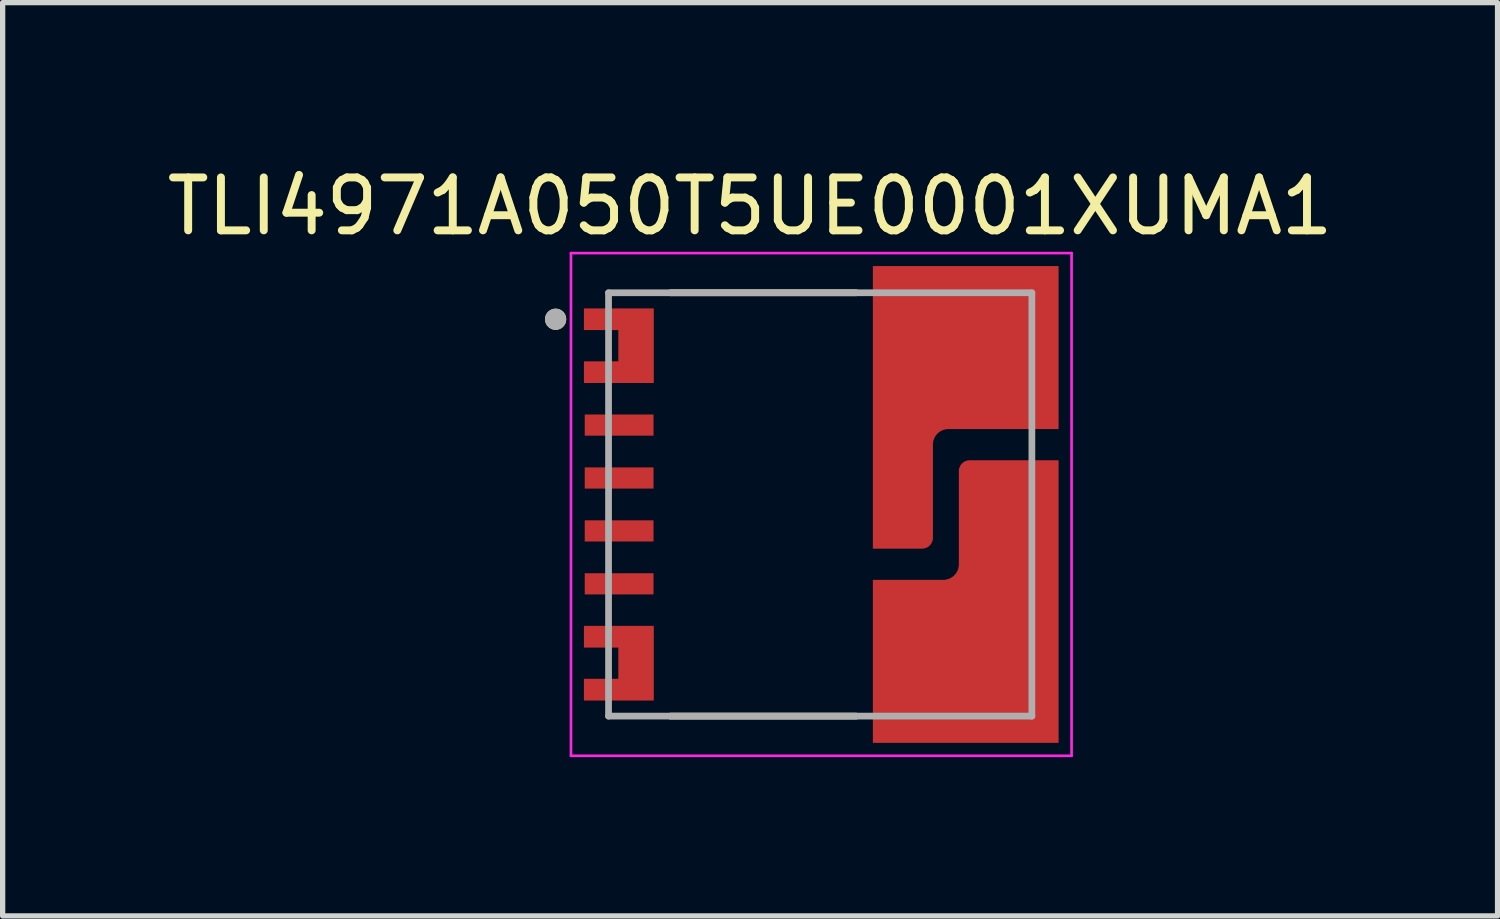
<source format=kicad_pcb>
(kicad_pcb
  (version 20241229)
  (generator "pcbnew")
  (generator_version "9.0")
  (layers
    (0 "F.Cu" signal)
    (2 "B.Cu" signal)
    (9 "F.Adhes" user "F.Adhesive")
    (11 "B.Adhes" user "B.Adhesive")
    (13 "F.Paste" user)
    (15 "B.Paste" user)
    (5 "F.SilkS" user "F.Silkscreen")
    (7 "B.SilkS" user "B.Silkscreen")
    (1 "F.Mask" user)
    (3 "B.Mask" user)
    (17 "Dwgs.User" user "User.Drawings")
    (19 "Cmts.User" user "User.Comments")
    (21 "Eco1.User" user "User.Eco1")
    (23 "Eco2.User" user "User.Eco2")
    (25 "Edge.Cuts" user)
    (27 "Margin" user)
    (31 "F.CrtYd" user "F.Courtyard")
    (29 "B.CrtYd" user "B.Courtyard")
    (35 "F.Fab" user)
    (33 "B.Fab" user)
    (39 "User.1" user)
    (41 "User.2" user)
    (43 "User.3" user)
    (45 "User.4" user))
  (footprint "TLI4971A050T5UE0001XUMA1"
    (layer "F.Cu")
    (at 12.45 6.483)
    (property "Reference" "TLI4971A050T5UE0001XUMA1" (at -1.325 -5.635 0) (layer "F.SilkS") (effects (font (size 1 1) (thickness 0.15))))
    (attr smd)
    (fp_poly (pts (xy -3.05 -3.8) (xy -3.05 -2.2) (xy -4.56 -2.2) (xy -4.56 -2.8) (xy -3.91 -2.8) (xy -3.91 -3.2) (xy -4.56 -3.2) (xy -4.56 -3.8)) (stroke (width 0.01) (type solid)) (fill yes) (layer "F.Mask"))
    (fp_poly (pts (xy -3.05 2.2) (xy -3.05 3.8) (xy -4.56 3.8) (xy -4.56 3.2) (xy -3.91 3.2) (xy -3.91 2.8) (xy -4.56 2.8) (xy -4.56 2.2)) (stroke (width 0.01) (type solid)) (fill yes) (layer "F.Mask"))
    (fp_poly (pts (xy 0.9 -4.6) (xy 0.9 0.93) (xy 1.925 0.93) (xy 1.941 0.93) (xy 1.956 0.928) (xy 1.972 0.926) (xy 1.987 0.923) (xy 2.003 0.92) (xy 2.018 0.915) (xy 2.033 0.91) (xy 2.047 0.904) (xy 2.061 0.897) (xy 2.075 0.89) (xy 2.088 0.882) (xy 2.101 0.873) (xy 2.114 0.863) (xy 2.126 0.853) (xy 2.137 0.842) (xy 2.148 0.831) (xy 2.158 0.819) (xy 2.168 0.806) (xy 2.177 0.793) (xy 2.185 0.78) (xy 2.192 0.766) (xy 2.199 0.752) (xy 2.205 0.738) (xy 2.21 0.723) (xy 2.215 0.708) (xy 2.218 0.692) (xy 2.221 0.677) (xy 2.223 0.661) (xy 2.225 0.646) (xy 2.225 0.63) (xy 2.225 -1.13) (xy 2.225 -1.14) (xy 2.226 -1.151) (xy 2.227 -1.161) (xy 2.229 -1.172) (xy 2.232 -1.182) (xy 2.235 -1.192) (xy 2.238 -1.202) (xy 2.242 -1.211) (xy 2.247 -1.221) (xy 2.252 -1.23) (xy 2.257 -1.239) (xy 2.263 -1.248) (xy 2.27 -1.256) (xy 2.276 -1.264) (xy 2.284 -1.271) (xy 2.291 -1.279) (xy 2.299 -1.285) (xy 2.307 -1.292) (xy 2.316 -1.298) (xy 2.325 -1.303) (xy 2.334 -1.308) (xy 2.344 -1.313) (xy 2.353 -1.317) (xy 2.363 -1.32) (xy 2.373 -1.323) (xy 2.383 -1.326) (xy 2.394 -1.328) (xy 2.404 -1.329) (xy 2.415 -1.33) (xy 2.425 -1.33) (xy 4.6 -1.33) (xy 4.6 -4.6) (xy 0.9 -4.6)) (stroke (width 0.01) (type solid)) (fill yes) (layer "F.Mask"))
    (fp_poly (pts (xy 4.6 4.6) (xy 0.9 4.6) (xy 0.9 1.33) (xy 2.325 1.33) (xy 2.335 1.33) (xy 2.346 1.329) (xy 2.356 1.328) (xy 2.367 1.326) (xy 2.377 1.323) (xy 2.387 1.32) (xy 2.397 1.317) (xy 2.406 1.313) (xy 2.416 1.308) (xy 2.425 1.303) (xy 2.434 1.298) (xy 2.443 1.292) (xy 2.451 1.285) (xy 2.459 1.279) (xy 2.466 1.271) (xy 2.474 1.264) (xy 2.48 1.256) (xy 2.487 1.248) (xy 2.493 1.239) (xy 2.498 1.23) (xy 2.503 1.221) (xy 2.508 1.211) (xy 2.512 1.202) (xy 2.515 1.192) (xy 2.518 1.182) (xy 2.521 1.172) (xy 2.523 1.161) (xy 2.524 1.151) (xy 2.525 1.14) (xy 2.525 1.13) (xy 2.525 -0.63) (xy 2.525 -0.646) (xy 2.527 -0.661) (xy 2.529 -0.677) (xy 2.532 -0.692) (xy 2.535 -0.708) (xy 2.54 -0.723) (xy 2.545 -0.738) (xy 2.551 -0.752) (xy 2.558 -0.766) (xy 2.565 -0.78) (xy 2.573 -0.793) (xy 2.582 -0.806) (xy 2.592 -0.819) (xy 2.602 -0.831) (xy 2.613 -0.842) (xy 2.624 -0.853) (xy 2.636 -0.863) (xy 2.649 -0.873) (xy 2.662 -0.882) (xy 2.675 -0.89) (xy 2.689 -0.897) (xy 2.703 -0.904) (xy 2.717 -0.91) (xy 2.732 -0.915) (xy 2.747 -0.92) (xy 2.763 -0.923) (xy 2.778 -0.926) (xy 2.794 -0.928) (xy 2.809 -0.93) (xy 2.825 -0.93) (xy 4.6 -0.93) (xy 4.6 4.6)) (stroke (width 0.01) (type solid)) (fill yes) (layer "F.Mask"))
    (fp_line (start -2.83 -4) (end 0.68 -4) (stroke (width 0.127) (type solid)) (layer "F.SilkS"))
    (fp_line (start -2.83 4) (end 0.68 4) (stroke (width 0.127) (type solid)) (layer "F.SilkS"))
    (fp_circle (center -5 -3.5) (end -4.9 -3.5) (stroke (width 0.2) (type solid)) (fill no) (layer "F.SilkS"))
    (fp_poly (pts (xy -4.44 -3.65) (xy -3.24 -3.65) (xy -3.24 -3.35) (xy -4.44 -3.35)) (stroke (width 0.01) (type solid)) (fill yes) (layer "F.Paste"))
    (fp_poly (pts (xy -4.44 -2.65) (xy -3.24 -2.65) (xy -3.24 -2.35) (xy -4.44 -2.35)) (stroke (width 0.01) (type solid)) (fill yes) (layer "F.Paste"))
    (fp_poly (pts (xy -4.44 -1.65) (xy -3.24 -1.65) (xy -3.24 -1.35) (xy -4.44 -1.35)) (stroke (width 0.01) (type solid)) (fill yes) (layer "F.Paste"))
    (fp_poly (pts (xy -4.44 -0.65) (xy -3.24 -0.65) (xy -3.24 -0.35) (xy -4.44 -0.35)) (stroke (width 0.01) (type solid)) (fill yes) (layer "F.Paste"))
    (fp_poly (pts (xy -4.44 0.35) (xy -3.24 0.35) (xy -3.24 0.65) (xy -4.44 0.65)) (stroke (width 0.01) (type solid)) (fill yes) (layer "F.Paste"))
    (fp_poly (pts (xy -4.44 1.35) (xy -3.24 1.35) (xy -3.24 1.65) (xy -4.44 1.65)) (stroke (width 0.01) (type solid)) (fill yes) (layer "F.Paste"))
    (fp_poly (pts (xy -4.44 2.35) (xy -3.24 2.35) (xy -3.24 2.65) (xy -4.44 2.65)) (stroke (width 0.01) (type solid)) (fill yes) (layer "F.Paste"))
    (fp_poly (pts (xy -4.44 3.35) (xy -3.24 3.35) (xy -3.24 3.65) (xy -4.44 3.65)) (stroke (width 0.01) (type solid)) (fill yes) (layer "F.Paste"))
    (fp_poly (pts (xy -3.74 -3.2) (xy -3.24 -3.2) (xy -3.24 -2.8) (xy -3.74 -2.8)) (stroke (width 0.01) (type solid)) (fill yes) (layer "F.Paste"))
    (fp_poly (pts (xy -3.74 2.8) (xy -3.24 2.8) (xy -3.24 3.2) (xy -3.74 3.2)) (stroke (width 0.01) (type solid)) (fill yes) (layer "F.Paste"))
    (fp_poly (pts (xy 1.211 -4.25) (xy 1.911 -4.25) (xy 1.911 -3.025) (xy 1.211 -3.025)) (stroke (width 0.01) (type solid)) (fill yes) (layer "F.Paste"))
    (fp_poly (pts (xy 1.211 -2.225) (xy 1.911 -2.225) (xy 1.911 -0.625) (xy 1.211 -0.625)) (stroke (width 0.01) (type solid)) (fill yes) (layer "F.Paste"))
    (fp_poly (pts (xy 1.211 0.175) (xy 1.911 0.175) (xy 1.911 0.63) (xy 1.211 0.63)) (stroke (width 0.01) (type solid)) (fill yes) (layer "F.Paste"))
    (fp_poly (pts (xy 1.211 1.63) (xy 1.911 1.63) (xy 1.911 2.175) (xy 1.211 2.175)) (stroke (width 0.01) (type solid)) (fill yes) (layer "F.Paste"))
    (fp_poly (pts (xy 1.211 2.975) (xy 1.911 2.975) (xy 1.911 4.25) (xy 1.211 4.25)) (stroke (width 0.01) (type solid)) (fill yes) (layer "F.Paste"))
    (fp_poly (pts (xy 2.111 -4.25) (xy 3.061 -4.25) (xy 3.061 -1.63) (xy 2.111 -1.63)) (stroke (width 0.01) (type solid)) (fill yes) (layer "F.Paste"))
    (fp_poly (pts (xy 2.111 1.63) (xy 2.648 1.63) (xy 2.648 4.25) (xy 2.111 4.25)) (stroke (width 0.01) (type solid)) (fill yes) (layer "F.Paste"))
    (fp_poly (pts (xy 2.848 -0.625) (xy 3.711 -0.625) (xy 3.711 -0.125) (xy 2.848 -0.125)) (stroke (width 0.01) (type solid)) (fill yes) (layer "F.Paste"))
    (fp_poly (pts (xy 2.848 0.675) (xy 3.711 0.675) (xy 3.711 2.175) (xy 2.848 2.175)) (stroke (width 0.01) (type solid)) (fill yes) (layer "F.Paste"))
    (fp_poly (pts (xy 2.848 2.975) (xy 3.711 2.975) (xy 3.711 4.25) (xy 2.848 4.25)) (stroke (width 0.01) (type solid)) (fill yes) (layer "F.Paste"))
    (fp_poly (pts (xy 3.261 -4.25) (xy 3.711 -4.25) (xy 3.711 -3.025) (xy 3.261 -3.025)) (stroke (width 0.01) (type solid)) (fill yes) (layer "F.Paste"))
    (fp_poly (pts (xy 3.261 -2.225) (xy 3.711 -2.225) (xy 3.711 -1.63) (xy 3.261 -1.63)) (stroke (width 0.01) (type solid)) (fill yes) (layer "F.Paste"))
    (fp_poly (pts (xy 3.911 -4.25) (xy 4.311 -4.25) (xy 4.311 -1.63) (xy 3.911 -1.63)) (stroke (width 0.01) (type solid)) (fill yes) (layer "F.Paste"))
    (fp_poly (pts (xy 3.911 -0.625) (xy 4.311 -0.625) (xy 4.311 1.43) (xy 3.911 1.43)) (stroke (width 0.01) (type solid)) (fill yes) (layer "F.Paste"))
    (fp_poly (pts (xy 3.911 1.63) (xy 4.311 1.63) (xy 4.311 4.25) (xy 3.911 4.25)) (stroke (width 0.01) (type solid)) (fill yes) (layer "F.Paste"))
    (fp_line (start -4.71 -4.75) (end -4.71 4.75) (stroke (width 0.05) (type solid)) (layer "F.CrtYd"))
    (fp_line (start -4.71 4.75) (end 4.75 4.75) (stroke (width 0.05) (type solid)) (layer "F.CrtYd"))
    (fp_line (start 4.75 -4.75) (end -4.71 -4.75) (stroke (width 0.05) (type solid)) (layer "F.CrtYd"))
    (fp_line (start 4.75 4.75) (end 4.75 -4.75) (stroke (width 0.05) (type solid)) (layer "F.CrtYd"))
    (fp_line (start -4 -4) (end 4 -4) (stroke (width 0.127) (type solid)) (layer "F.Fab"))
    (fp_line (start -4 4) (end -4 -4) (stroke (width 0.127) (type solid)) (layer "F.Fab"))
    (fp_line (start 4 -4) (end 4 4) (stroke (width 0.127) (type solid)) (layer "F.Fab"))
    (fp_line (start 4 4) (end -4 4) (stroke (width 0.127) (type solid)) (layer "F.Fab"))
    (fp_circle (center -5 -3.5) (end -4.9 -3.5) (stroke (width 0.2) (type solid)) (fill no) (layer "F.Fab"))
    (pad "1" smd custom (at -3.5 -3) (size 0.4 0.4) (layers "F.Cu") (options (anchor rect)) (primitives (gr_poly (pts (xy 0.35 -0.7) (xy 0.35 0.7) (xy -0.96 0.7) (xy -0.96 0.3) (xy -0.31 0.3) (xy -0.31 -0.3) (xy -0.96 -0.3) (xy -0.96 -0.7)) (width 0.01) (fill yes))))
    (pad "2" smd rect (at -3.8 -1.5) (size 1.3 0.4) (layers "F.Cu" "F.Mask"))
    (pad "3" smd rect (at -3.8 -0.5) (size 1.3 0.4) (layers "F.Cu" "F.Mask"))
    (pad "4" smd rect (at -3.8 0.5) (size 1.3 0.4) (layers "F.Cu" "F.Mask"))
    (pad "5" smd rect (at -3.8 1.5) (size 1.3 0.4) (layers "F.Cu" "F.Mask"))
    (pad "6" smd custom (at -3.5 3) (size 0.4 0.4) (layers "F.Cu") (options (anchor rect)) (primitives (gr_poly (pts (xy 0.35 -0.7) (xy 0.35 0.7) (xy -0.96 0.7) (xy -0.96 0.3) (xy -0.31 0.3) (xy -0.31 -0.3) (xy -0.96 -0.3) (xy -0.96 -0.7)) (width 0.01) (fill yes))))
    (pad "7" smd custom (at 3.5 3) (size 0.4 0.4) (layers "F.Cu") (options (anchor rect)) (primitives (gr_poly (pts (xy 1 1.5) (xy -2.5 1.5) (xy -2.5 -1.57) (xy -1.175 -1.57) (xy -1.159 -1.57) (xy -1.144 -1.572) (xy -1.128 -1.574) (xy -1.113 -1.577) (xy -1.097 -1.58) (xy -1.082 -1.585) (xy -1.067 -1.59) (xy -1.053 -1.596) (xy -1.039 -1.603) (xy -1.025 -1.61) (xy -1.012 -1.618) (xy -0.999 -1.627) (xy -0.986 -1.637) (xy -0.974 -1.647) (xy -0.963 -1.658) (xy -0.952 -1.669) (xy -0.942 -1.681) (xy -0.932 -1.694) (xy -0.923 -1.707) (xy -0.915 -1.72) (xy -0.908 -1.734) (xy -0.901 -1.748) (xy -0.895 -1.762) (xy -0.89 -1.777) (xy -0.885 -1.792) (xy -0.882 -1.808) (xy -0.879 -1.823) (xy -0.877 -1.839) (xy -0.875 -1.854) (xy -0.875 -1.87) (xy -0.875 -3.63) (xy -0.875 -3.64) (xy -0.874 -3.651) (xy -0.873 -3.661) (xy -0.871 -3.672) (xy -0.868 -3.682) (xy -0.865 -3.692) (xy -0.862 -3.702) (xy -0.858 -3.711) (xy -0.853 -3.721) (xy -0.848 -3.73) (xy -0.843 -3.739) (xy -0.837 -3.748) (xy -0.83 -3.756) (xy -0.824 -3.764) (xy -0.816 -3.771) (xy -0.809 -3.779) (xy -0.801 -3.785) (xy -0.793 -3.792) (xy -0.784 -3.798) (xy -0.775 -3.803) (xy -0.766 -3.808) (xy -0.756 -3.813) (xy -0.747 -3.817) (xy -0.737 -3.82) (xy -0.727 -3.823) (xy -0.717 -3.826) (xy -0.706 -3.828) (xy -0.696 -3.829) (xy -0.685 -3.83) (xy -0.675 -3.83) (xy 1 -3.83) (xy 1 1.5)) (width 0.01) (fill yes))))
    (pad "8" smd custom (at 3.5 -3) (size 0.4 0.4) (layers "F.Cu") (options (anchor rect)) (primitives (gr_poly (pts (xy -2.5 -1.5) (xy -2.5 3.83) (xy -1.575 3.83) (xy -1.565 3.83) (xy -1.554 3.829) (xy -1.544 3.828) (xy -1.533 3.826) (xy -1.523 3.823) (xy -1.513 3.82) (xy -1.503 3.817) (xy -1.494 3.813) (xy -1.484 3.808) (xy -1.475 3.803) (xy -1.466 3.798) (xy -1.457 3.792) (xy -1.449 3.785) (xy -1.441 3.779) (xy -1.434 3.771) (xy -1.426 3.764) (xy -1.42 3.756) (xy -1.413 3.748) (xy -1.407 3.739) (xy -1.402 3.73) (xy -1.397 3.721) (xy -1.392 3.711) (xy -1.388 3.702) (xy -1.385 3.692) (xy -1.382 3.682) (xy -1.379 3.672) (xy -1.377 3.661) (xy -1.376 3.651) (xy -1.375 3.64) (xy -1.375 3.63) (xy -1.375 1.87) (xy -1.375 1.854) (xy -1.373 1.839) (xy -1.371 1.823) (xy -1.368 1.808) (xy -1.365 1.792) (xy -1.36 1.777) (xy -1.355 1.762) (xy -1.349 1.748) (xy -1.342 1.734) (xy -1.335 1.72) (xy -1.327 1.707) (xy -1.318 1.694) (xy -1.308 1.681) (xy -1.298 1.669) (xy -1.287 1.658) (xy -1.276 1.647) (xy -1.264 1.637) (xy -1.251 1.627) (xy -1.238 1.618) (xy -1.225 1.61) (xy -1.211 1.603) (xy -1.197 1.596) (xy -1.183 1.59) (xy -1.168 1.585) (xy -1.153 1.58) (xy -1.137 1.577) (xy -1.122 1.574) (xy -1.106 1.572) (xy -1.091 1.57) (xy -1.075 1.57) (xy 1 1.57) (xy 1 -1.5) (xy -2.5 -1.5)) (width 0.01) (fill yes)))))
  (gr_rect
    (start -3 -3)
    (end 25.25 14.258)
    (stroke (width 0.1) (type default))
    (fill no)
    (layer "Edge.Cuts")))
</source>
